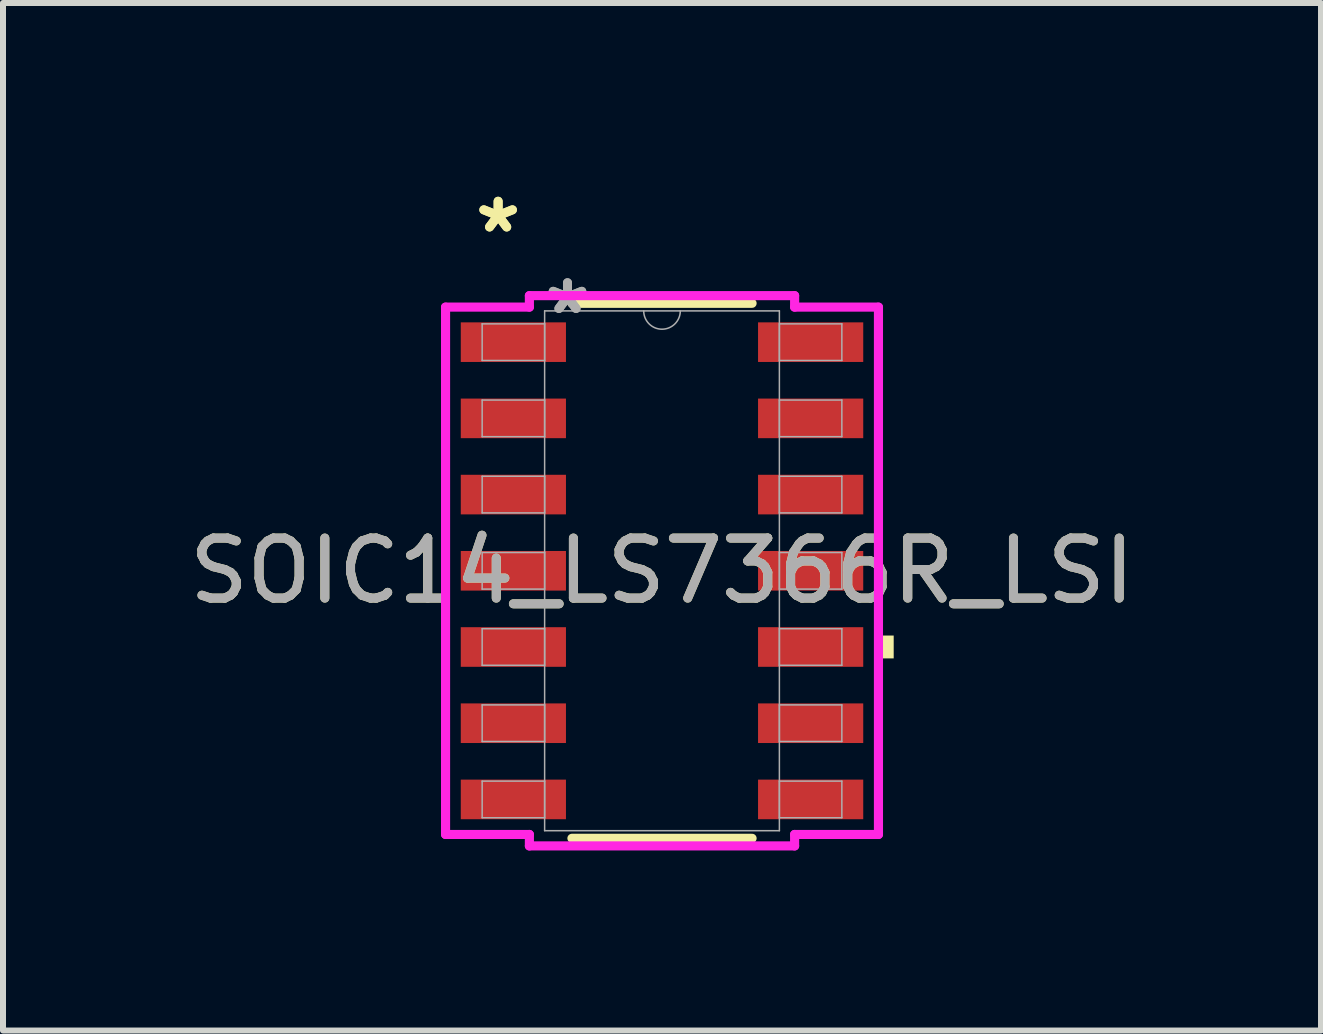
<source format=kicad_pcb>
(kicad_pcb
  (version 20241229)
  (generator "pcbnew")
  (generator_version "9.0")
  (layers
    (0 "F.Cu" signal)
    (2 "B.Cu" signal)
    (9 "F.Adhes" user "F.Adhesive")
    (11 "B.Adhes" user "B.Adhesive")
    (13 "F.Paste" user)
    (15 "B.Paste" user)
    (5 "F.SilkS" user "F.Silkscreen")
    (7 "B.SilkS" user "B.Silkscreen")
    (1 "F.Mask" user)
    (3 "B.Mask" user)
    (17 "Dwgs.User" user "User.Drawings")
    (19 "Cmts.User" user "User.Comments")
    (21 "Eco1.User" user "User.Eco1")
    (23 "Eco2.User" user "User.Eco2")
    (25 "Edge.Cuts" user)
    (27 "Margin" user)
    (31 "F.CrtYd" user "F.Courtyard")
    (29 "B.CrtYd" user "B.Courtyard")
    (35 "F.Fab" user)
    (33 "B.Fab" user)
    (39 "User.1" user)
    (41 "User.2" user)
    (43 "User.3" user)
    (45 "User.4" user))
  (footprint "SOIC14_LS7366R_LSI"
    (layer "F.Cu")
    (at 7.982 6.462)
    (property "Reference" "SOIC14_LS7366R_LSI" (at 0 0 0) (unlocked yes) (layer "F.SilkS") (effects (font (size 1 1) (thickness 0.15))))
    (attr smd)
    (fp_line (start -1.501 4.458) (end 1.501 4.458) (stroke (width 0.152) (type solid)) (layer "F.SilkS"))
    (fp_line (start 1.501 -4.458) (end -1.501 -4.458) (stroke (width 0.152) (type solid)) (layer "F.SilkS"))
    (fp_poly (pts (xy 3.861 1.079) (xy 3.861 1.46) (xy 3.607 1.46) (xy 3.607 1.079)) (stroke (width 0) (type solid)) (fill yes) (layer "F.SilkS"))
    (fp_line (start -3.607 -4.394) (end -2.21 -4.394) (stroke (width 0.152) (type solid)) (layer "F.CrtYd"))
    (fp_line (start -3.607 4.394) (end -3.607 -4.394) (stroke (width 0.152) (type solid)) (layer "F.CrtYd"))
    (fp_line (start -3.607 4.394) (end -2.21 4.394) (stroke (width 0.152) (type solid)) (layer "F.CrtYd"))
    (fp_line (start -2.21 -4.585) (end 2.21 -4.585) (stroke (width 0.152) (type solid)) (layer "F.CrtYd"))
    (fp_line (start -2.21 -4.394) (end -2.21 -4.585) (stroke (width 0.152) (type solid)) (layer "F.CrtYd"))
    (fp_line (start -2.21 4.585) (end -2.21 4.394) (stroke (width 0.152) (type solid)) (layer "F.CrtYd"))
    (fp_line (start 2.21 -4.585) (end 2.21 -4.394) (stroke (width 0.152) (type solid)) (layer "F.CrtYd"))
    (fp_line (start 2.21 4.394) (end 2.21 4.585) (stroke (width 0.152) (type solid)) (layer "F.CrtYd"))
    (fp_line (start 2.21 4.585) (end -2.21 4.585) (stroke (width 0.152) (type solid)) (layer "F.CrtYd"))
    (fp_line (start 3.607 -4.394) (end 2.21 -4.394) (stroke (width 0.152) (type solid)) (layer "F.CrtYd"))
    (fp_line (start 3.607 -4.394) (end 3.607 4.394) (stroke (width 0.152) (type solid)) (layer "F.CrtYd"))
    (fp_line (start 3.607 4.394) (end 2.21 4.394) (stroke (width 0.152) (type solid)) (layer "F.CrtYd"))
    (fp_line (start -2.997 -4.115) (end -2.997 -3.505) (stroke (width 0.025) (type solid)) (layer "F.Fab"))
    (fp_line (start -2.997 -3.505) (end -1.956 -3.505) (stroke (width 0.025) (type solid)) (layer "F.Fab"))
    (fp_line (start -2.997 -2.845) (end -2.997 -2.235) (stroke (width 0.025) (type solid)) (layer "F.Fab"))
    (fp_line (start -2.997 -2.235) (end -1.956 -2.235) (stroke (width 0.025) (type solid)) (layer "F.Fab"))
    (fp_line (start -2.997 -1.575) (end -2.997 -0.965) (stroke (width 0.025) (type solid)) (layer "F.Fab"))
    (fp_line (start -2.997 -0.965) (end -1.956 -0.965) (stroke (width 0.025) (type solid)) (layer "F.Fab"))
    (fp_line (start -2.997 -0.305) (end -2.997 0.305) (stroke (width 0.025) (type solid)) (layer "F.Fab"))
    (fp_line (start -2.997 0.305) (end -1.956 0.305) (stroke (width 0.025) (type solid)) (layer "F.Fab"))
    (fp_line (start -2.997 0.965) (end -2.997 1.575) (stroke (width 0.025) (type solid)) (layer "F.Fab"))
    (fp_line (start -2.997 1.575) (end -1.956 1.575) (stroke (width 0.025) (type solid)) (layer "F.Fab"))
    (fp_line (start -2.997 2.235) (end -2.997 2.845) (stroke (width 0.025) (type solid)) (layer "F.Fab"))
    (fp_line (start -2.997 2.845) (end -1.956 2.845) (stroke (width 0.025) (type solid)) (layer "F.Fab"))
    (fp_line (start -2.997 3.505) (end -2.997 4.115) (stroke (width 0.025) (type solid)) (layer "F.Fab"))
    (fp_line (start -2.997 4.115) (end -1.956 4.115) (stroke (width 0.025) (type solid)) (layer "F.Fab"))
    (fp_line (start -1.956 -4.331) (end -1.956 4.331) (stroke (width 0.025) (type solid)) (layer "F.Fab"))
    (fp_line (start -1.956 -4.115) (end -2.997 -4.115) (stroke (width 0.025) (type solid)) (layer "F.Fab"))
    (fp_line (start -1.956 -3.505) (end -1.956 -4.115) (stroke (width 0.025) (type solid)) (layer "F.Fab"))
    (fp_line (start -1.956 -2.845) (end -2.997 -2.845) (stroke (width 0.025) (type solid)) (layer "F.Fab"))
    (fp_line (start -1.956 -2.235) (end -1.956 -2.845) (stroke (width 0.025) (type solid)) (layer "F.Fab"))
    (fp_line (start -1.956 -1.575) (end -2.997 -1.575) (stroke (width 0.025) (type solid)) (layer "F.Fab"))
    (fp_line (start -1.956 -0.965) (end -1.956 -1.575) (stroke (width 0.025) (type solid)) (layer "F.Fab"))
    (fp_line (start -1.956 -0.305) (end -2.997 -0.305) (stroke (width 0.025) (type solid)) (layer "F.Fab"))
    (fp_line (start -1.956 0.305) (end -1.956 -0.305) (stroke (width 0.025) (type solid)) (layer "F.Fab"))
    (fp_line (start -1.956 0.965) (end -2.997 0.965) (stroke (width 0.025) (type solid)) (layer "F.Fab"))
    (fp_line (start -1.956 1.575) (end -1.956 0.965) (stroke (width 0.025) (type solid)) (layer "F.Fab"))
    (fp_line (start -1.956 2.235) (end -2.997 2.235) (stroke (width 0.025) (type solid)) (layer "F.Fab"))
    (fp_line (start -1.956 2.845) (end -1.956 2.235) (stroke (width 0.025) (type solid)) (layer "F.Fab"))
    (fp_line (start -1.956 3.505) (end -2.997 3.505) (stroke (width 0.025) (type solid)) (layer "F.Fab"))
    (fp_line (start -1.956 4.115) (end -1.956 3.505) (stroke (width 0.025) (type solid)) (layer "F.Fab"))
    (fp_line (start -1.956 4.331) (end 1.956 4.331) (stroke (width 0.025) (type solid)) (layer "F.Fab"))
    (fp_line (start 1.956 -4.331) (end -1.956 -4.331) (stroke (width 0.025) (type solid)) (layer "F.Fab"))
    (fp_line (start 1.956 -4.115) (end 1.956 -3.505) (stroke (width 0.025) (type solid)) (layer "F.Fab"))
    (fp_line (start 1.956 -3.505) (end 2.997 -3.505) (stroke (width 0.025) (type solid)) (layer "F.Fab"))
    (fp_line (start 1.956 -2.845) (end 1.956 -2.235) (stroke (width 0.025) (type solid)) (layer "F.Fab"))
    (fp_line (start 1.956 -2.235) (end 2.997 -2.235) (stroke (width 0.025) (type solid)) (layer "F.Fab"))
    (fp_line (start 1.956 -1.575) (end 1.956 -0.965) (stroke (width 0.025) (type solid)) (layer "F.Fab"))
    (fp_line (start 1.956 -0.965) (end 2.997 -0.965) (stroke (width 0.025) (type solid)) (layer "F.Fab"))
    (fp_line (start 1.956 -0.305) (end 1.956 0.305) (stroke (width 0.025) (type solid)) (layer "F.Fab"))
    (fp_line (start 1.956 0.305) (end 2.997 0.305) (stroke (width 0.025) (type solid)) (layer "F.Fab"))
    (fp_line (start 1.956 0.965) (end 1.956 1.575) (stroke (width 0.025) (type solid)) (layer "F.Fab"))
    (fp_line (start 1.956 1.575) (end 2.997 1.575) (stroke (width 0.025) (type solid)) (layer "F.Fab"))
    (fp_line (start 1.956 2.235) (end 1.956 2.845) (stroke (width 0.025) (type solid)) (layer "F.Fab"))
    (fp_line (start 1.956 2.845) (end 2.997 2.845) (stroke (width 0.025) (type solid)) (layer "F.Fab"))
    (fp_line (start 1.956 3.505) (end 1.956 4.115) (stroke (width 0.025) (type solid)) (layer "F.Fab"))
    (fp_line (start 1.956 4.115) (end 2.997 4.115) (stroke (width 0.025) (type solid)) (layer "F.Fab"))
    (fp_line (start 1.956 4.331) (end 1.956 -4.331) (stroke (width 0.025) (type solid)) (layer "F.Fab"))
    (fp_line (start 2.997 -4.115) (end 1.956 -4.115) (stroke (width 0.025) (type solid)) (layer "F.Fab"))
    (fp_line (start 2.997 -3.505) (end 2.997 -4.115) (stroke (width 0.025) (type solid)) (layer "F.Fab"))
    (fp_line (start 2.997 -2.845) (end 1.956 -2.845) (stroke (width 0.025) (type solid)) (layer "F.Fab"))
    (fp_line (start 2.997 -2.235) (end 2.997 -2.845) (stroke (width 0.025) (type solid)) (layer "F.Fab"))
    (fp_line (start 2.997 -1.575) (end 1.956 -1.575) (stroke (width 0.025) (type solid)) (layer "F.Fab"))
    (fp_line (start 2.997 -0.965) (end 2.997 -1.575) (stroke (width 0.025) (type solid)) (layer "F.Fab"))
    (fp_line (start 2.997 -0.305) (end 1.956 -0.305) (stroke (width 0.025) (type solid)) (layer "F.Fab"))
    (fp_line (start 2.997 0.305) (end 2.997 -0.305) (stroke (width 0.025) (type solid)) (layer "F.Fab"))
    (fp_line (start 2.997 0.965) (end 1.956 0.965) (stroke (width 0.025) (type solid)) (layer "F.Fab"))
    (fp_line (start 2.997 1.575) (end 2.997 0.965) (stroke (width 0.025) (type solid)) (layer "F.Fab"))
    (fp_line (start 2.997 2.235) (end 1.956 2.235) (stroke (width 0.025) (type solid)) (layer "F.Fab"))
    (fp_line (start 2.997 2.845) (end 2.997 2.235) (stroke (width 0.025) (type solid)) (layer "F.Fab"))
    (fp_line (start 2.997 3.505) (end 1.956 3.505) (stroke (width 0.025) (type solid)) (layer "F.Fab"))
    (fp_line (start 2.997 4.115) (end 2.997 3.505) (stroke (width 0.025) (type solid)) (layer "F.Fab"))
    (fp_arc (start 0.3048 -4.3307) (mid 0 -4.0259) (end -0.3048 -4.3307) (stroke (width 0.0254) (type solid)) (layer "F.Fab"))
    (fp_text user "*" (at -2.731 -5.613 0) (layer "F.SilkS") (effects (font (size 1 1) (thickness 0.15))))
    (fp_text user "*" (at -2.731 -5.613 0) (unlocked yes) (layer "F.SilkS") (effects (font (size 1 1) (thickness 0.15))))
    (fp_text user "*" (at -1.575 -4.255 0) (layer "F.Fab") (effects (font (size 1 1) (thickness 0.15))))
    (fp_text user "*" (at -1.575 -4.255 0) (unlocked yes) (layer "F.Fab") (effects (font (size 1 1) (thickness 0.15))))
    (fp_text user "${REFERENCE}" (at 0 0 0) (unlocked yes) (layer "F.Fab") (effects (font (size 1 1) (thickness 0.15))))
    (pad "1" smd rect (at -2.477 -3.81) (size 1.753 0.66) (layers "F.Cu" "F.Mask" "F.Paste"))
    (pad "2" smd rect (at -2.477 -2.54) (size 1.753 0.66) (layers "F.Cu" "F.Mask" "F.Paste"))
    (pad "3" smd rect (at -2.477 -1.27) (size 1.753 0.66) (layers "F.Cu" "F.Mask" "F.Paste"))
    (pad "4" smd rect (at -2.477 0) (size 1.753 0.66) (layers "F.Cu" "F.Mask" "F.Paste"))
    (pad "5" smd rect (at -2.477 1.27) (size 1.753 0.66) (layers "F.Cu" "F.Mask" "F.Paste"))
    (pad "6" smd rect (at -2.477 2.54) (size 1.753 0.66) (layers "F.Cu" "F.Mask" "F.Paste"))
    (pad "7" smd rect (at -2.477 3.81) (size 1.753 0.66) (layers "F.Cu" "F.Mask" "F.Paste"))
    (pad "8" smd rect (at 2.477 3.81) (size 1.753 0.66) (layers "F.Cu" "F.Mask" "F.Paste"))
    (pad "9" smd rect (at 2.477 2.54) (size 1.753 0.66) (layers "F.Cu" "F.Mask" "F.Paste"))
    (pad "10" smd rect (at 2.477 1.27) (size 1.753 0.66) (layers "F.Cu" "F.Mask" "F.Paste"))
    (pad "11" smd rect (at 2.477 0) (size 1.753 0.66) (layers "F.Cu" "F.Mask" "F.Paste"))
    (pad "12" smd rect (at 2.477 -1.27) (size 1.753 0.66) (layers "F.Cu" "F.Mask" "F.Paste"))
    (pad "13" smd rect (at 2.477 -2.54) (size 1.753 0.66) (layers "F.Cu" "F.Mask" "F.Paste"))
    (pad "14" smd rect (at 2.477 -3.81) (size 1.753 0.66) (layers "F.Cu" "F.Mask" "F.Paste")))
  (gr_rect
    (start -3 -3)
    (end 18.964 14.123)
    (stroke (width 0.1) (type default))
    (fill no)
    (layer "Edge.Cuts")))
</source>
